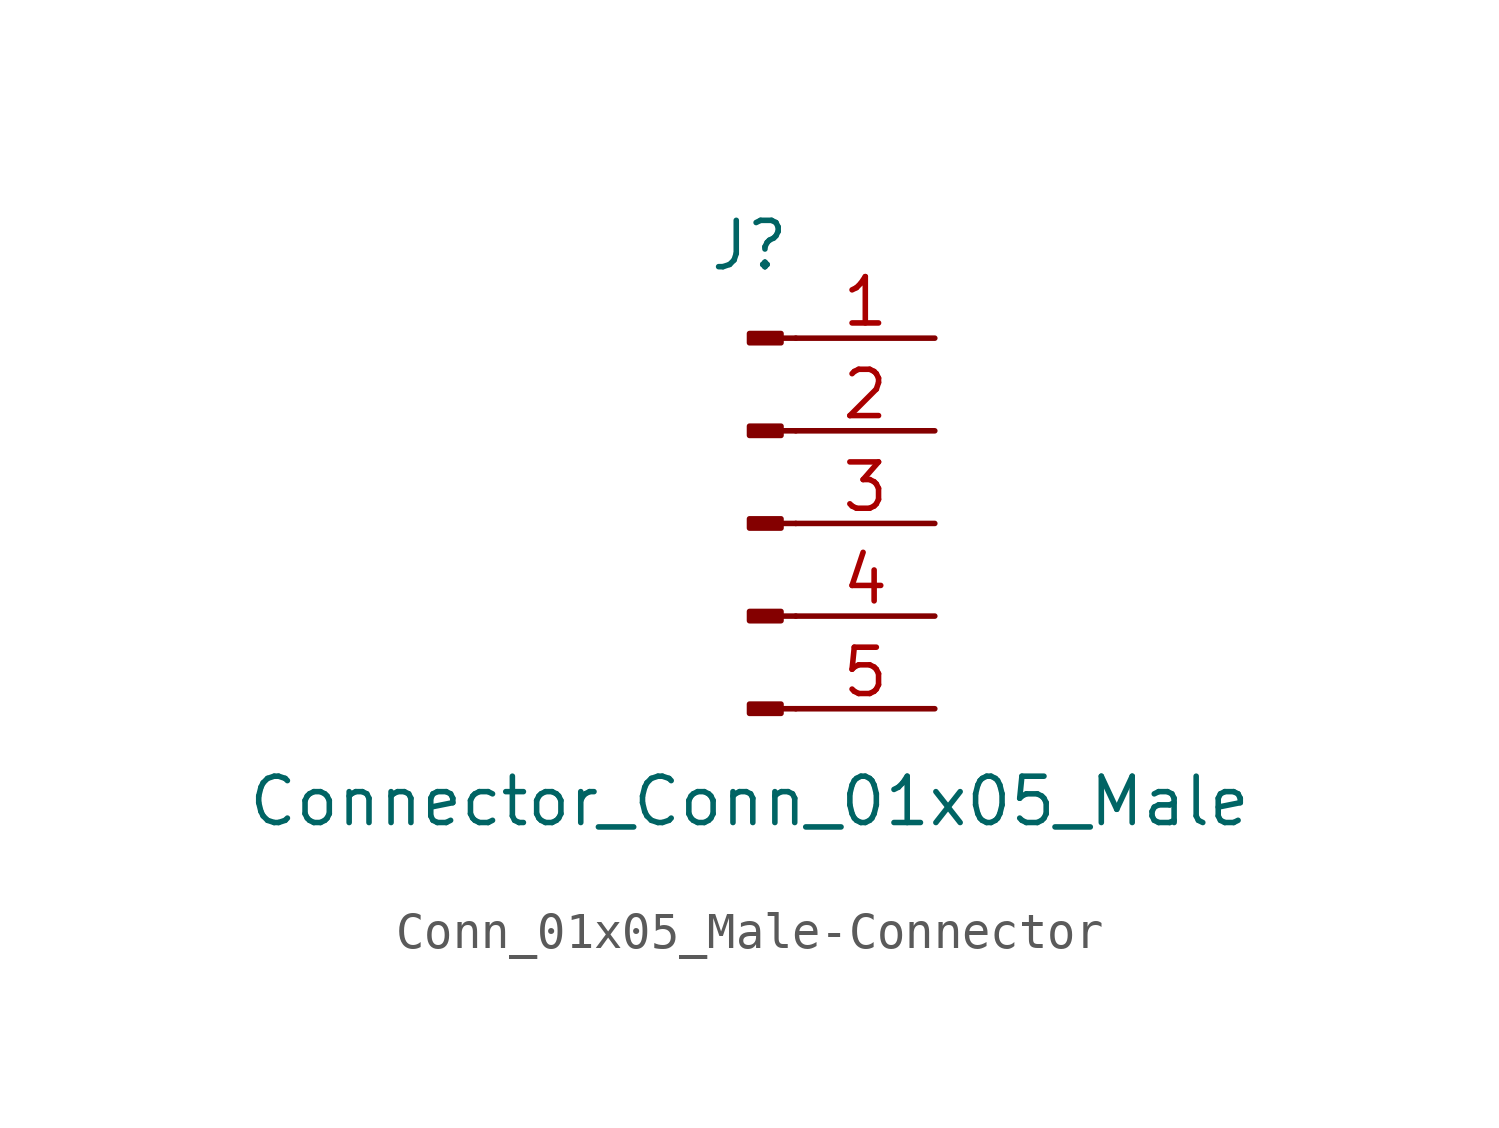
<source format=kicad_sym>
(kicad_symbol_lib
  (version 20231120)
  (generator "kicad_symbol_editor")
  (generator_version "8.0")
  (symbol "Conn_01x05_Male-Connector"
    (pin_names
      (offset 1.016) hide)
    (property "Reference" "J"
      (at 0 7.62 0)
      (effects (font (size 1.27 1.27))))
    (property "Value" "Connector_Conn_01x05_Male"
      (at 0 -7.62 0)
      (effects (font (size 1.27 1.27))))
    (symbol "Conn_01x05_Male-Connector_1_1"
      (polyline (pts (xy 1.27 -5.08) (xy 0.864 -5.08)) (stroke (width 0.152) (type solid)) (fill (type none)))
      (polyline (pts (xy 1.27 -2.54) (xy 0.864 -2.54)) (stroke (width 0.152) (type solid)) (fill (type none)))
      (polyline (pts (xy 1.27 0) (xy 0.864 0)) (stroke (width 0.152) (type solid)) (fill (type none)))
      (polyline (pts (xy 1.27 2.54) (xy 0.864 2.54)) (stroke (width 0.152) (type solid)) (fill (type none)))
      (polyline (pts (xy 1.27 5.08) (xy 0.864 5.08)) (stroke (width 0.152) (type solid)) (fill (type none)))
      (rectangle (start 0.864 -4.953) (end 0 -5.207) (stroke (width 0.152) (type solid)) (fill (type outline)))
      (rectangle (start 0.864 -2.413) (end 0 -2.667) (stroke (width 0.152) (type solid)) (fill (type outline)))
      (rectangle (start 0.864 0.127) (end 0 -0.127) (stroke (width 0.152) (type solid)) (fill (type outline)))
      (rectangle (start 0.864 2.667) (end 0 2.413) (stroke (width 0.152) (type solid)) (fill (type outline)))
      (rectangle (start 0.864 5.207) (end 0 4.953) (stroke (width 0.152) (type solid)) (fill (type outline)))
      (pin passive line (at 5.08 5.08 180) (length 3.81) (name "Pin_1" (effects (font (size 1.27 1.27)))) (number "1" (effects (font (size 1.27 1.27)))))
      (pin passive line (at 5.08 2.54 180) (length 3.81) (name "Pin_2" (effects (font (size 1.27 1.27)))) (number "2" (effects (font (size 1.27 1.27)))))
      (pin passive line (at 5.08 0 180) (length 3.81) (name "Pin_3" (effects (font (size 1.27 1.27)))) (number "3" (effects (font (size 1.27 1.27)))))
      (pin passive line (at 5.08 -2.54 180) (length 3.81) (name "Pin_4" (effects (font (size 1.27 1.27)))) (number "4" (effects (font (size 1.27 1.27)))))
      (pin passive line (at 5.08 -5.08 180) (length 3.81) (name "Pin_5" (effects (font (size 1.27 1.27)))) (number "5" (effects (font (size 1.27 1.27))))))))
</source>
